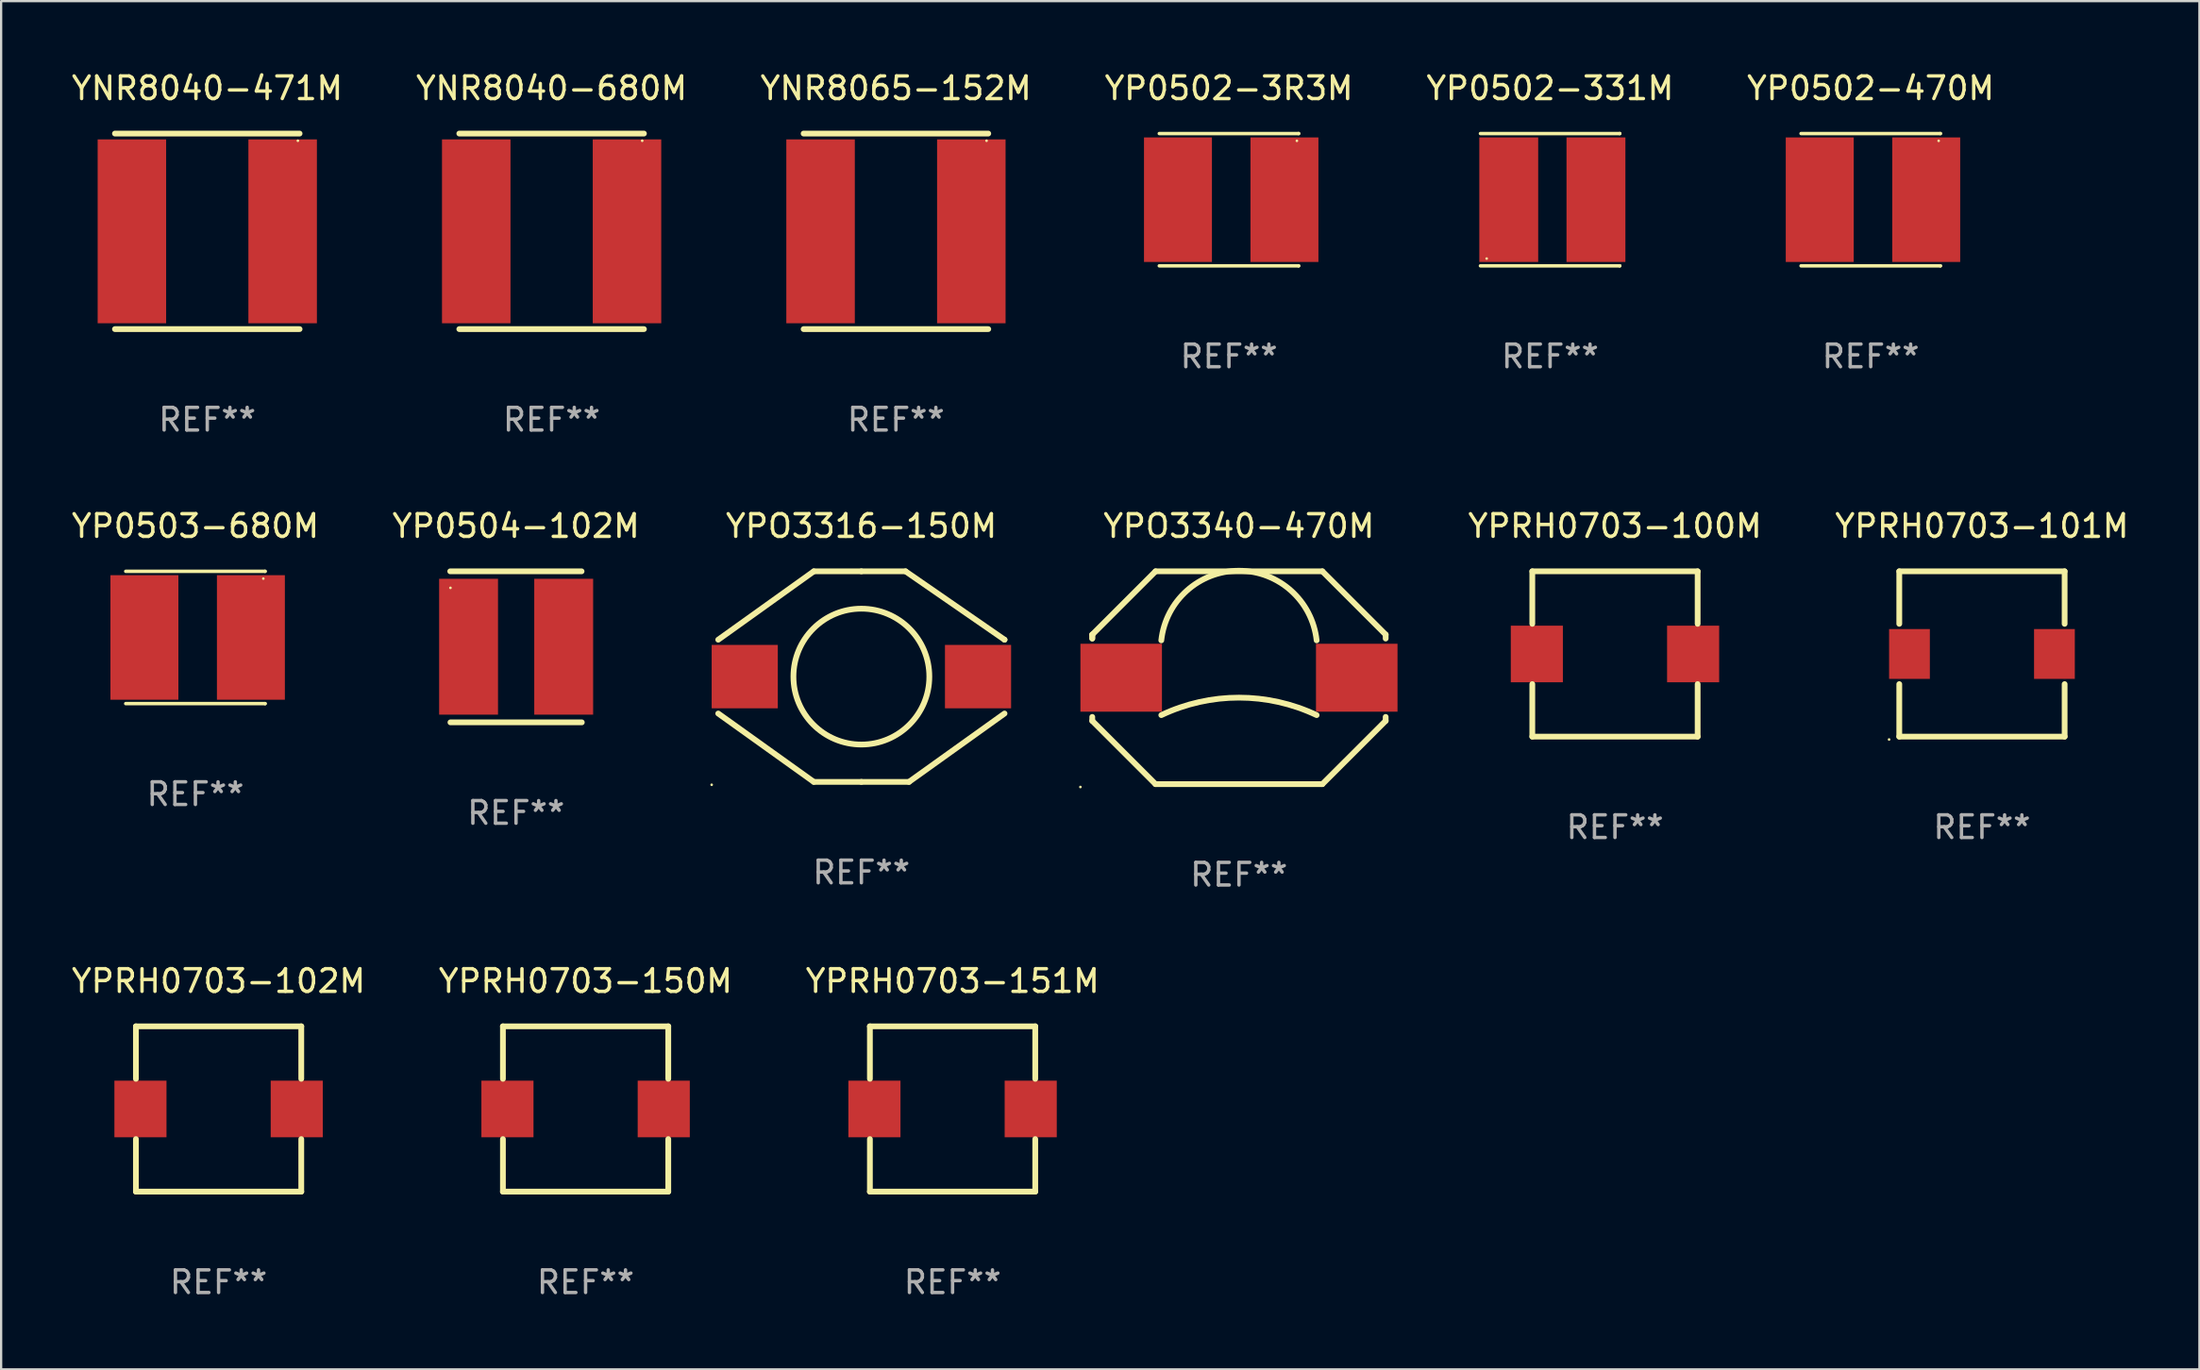
<source format=kicad_pcb>
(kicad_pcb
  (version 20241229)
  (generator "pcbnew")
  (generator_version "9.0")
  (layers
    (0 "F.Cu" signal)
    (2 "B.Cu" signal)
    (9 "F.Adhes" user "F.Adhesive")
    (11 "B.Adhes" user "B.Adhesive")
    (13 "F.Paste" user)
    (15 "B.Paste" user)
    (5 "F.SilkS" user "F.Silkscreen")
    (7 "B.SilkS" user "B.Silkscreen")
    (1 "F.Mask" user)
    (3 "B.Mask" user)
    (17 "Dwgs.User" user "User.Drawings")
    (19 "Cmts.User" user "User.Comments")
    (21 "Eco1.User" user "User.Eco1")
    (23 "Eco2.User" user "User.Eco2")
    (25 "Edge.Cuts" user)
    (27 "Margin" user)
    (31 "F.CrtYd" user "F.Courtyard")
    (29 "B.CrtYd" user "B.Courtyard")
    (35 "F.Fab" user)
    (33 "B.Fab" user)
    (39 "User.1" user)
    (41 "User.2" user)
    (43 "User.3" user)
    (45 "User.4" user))
  (footprint "YPRH0703-151M"
    (layer "F.Cu")
    (at 39.006 45.925)
    (property "Reference" "YPRH0703-151M" (at 0 -5.65 0) (layer "F.SilkS") (effects (font (size 1 1) (thickness 0.15))))
    (attr through_hole)
    (fp_line (start -3.65 -3.65) (end 3.65 -3.65) (stroke (width 0.254) (type solid)) (layer "F.SilkS"))
    (fp_line (start -3.65 -1.331) (end -3.65 -3.65) (stroke (width 0.254) (type solid)) (layer "F.SilkS"))
    (fp_line (start -3.65 3.65) (end -3.65 1.331) (stroke (width 0.254) (type solid)) (layer "F.SilkS"))
    (fp_line (start 3.65 -3.65) (end 3.65 -1.331) (stroke (width 0.254) (type solid)) (layer "F.SilkS"))
    (fp_line (start 3.65 1.331) (end 3.65 3.65) (stroke (width 0.254) (type solid)) (layer "F.SilkS"))
    (fp_line (start 3.65 3.65) (end -3.65 3.65) (stroke (width 0.254) (type solid)) (layer "F.SilkS"))
    (fp_circle (center -3.65 3.65) (end -3.62 3.65) (stroke (width 0.06) (type solid)) (fill no) (layer "F.SilkS"))
    (fp_text user "REF**" (at 0 7.65 0) (layer "F.Fab") (effects (font (size 1 1) (thickness 0.15))))
    (pad "1" smd rect (at -3.45 0) (size 2.3 2.5) (layers "F.Cu" "F.Mask" "F.Paste"))
    (pad "2" smd rect (at 3.45 0) (size 2.3 2.5) (layers "F.Cu" "F.Mask" "F.Paste")))
  (footprint "YPO3340-470M"
    (layer "F.Cu")
    (at 51.65 26.88)
    (property "Reference" "YPO3340-470M" (at 0 -6.699 0) (layer "F.SilkS") (effects (font (size 1 1) (thickness 0.15))))
    (attr through_hole)
    (fp_line (start -6.477 -1.905) (end -3.683 -4.699) (stroke (width 0.254) (type solid)) (layer "F.SilkS"))
    (fp_line (start -6.477 -1.731) (end -6.477 -1.905) (stroke (width 0.254) (type solid)) (layer "F.SilkS"))
    (fp_line (start -6.477 -1.731) (end -6.477 -1.905) (stroke (width 0.254) (type solid)) (layer "F.SilkS"))
    (fp_line (start -6.477 1.905) (end -6.477 1.731) (stroke (width 0.254) (type solid)) (layer "F.SilkS"))
    (fp_line (start -3.683 -4.699) (end 3.683 -4.699) (stroke (width 0.254) (type solid)) (layer "F.SilkS"))
    (fp_line (start -3.683 4.699) (end -6.477 1.905) (stroke (width 0.254) (type solid)) (layer "F.SilkS"))
    (fp_line (start 3.683 -4.699) (end 6.477 -1.905) (stroke (width 0.254) (type solid)) (layer "F.SilkS"))
    (fp_line (start 3.683 4.699) (end -3.683 4.699) (stroke (width 0.254) (type solid)) (layer "F.SilkS"))
    (fp_line (start 6.477 -1.905) (end 6.477 -1.731) (stroke (width 0.254) (type solid)) (layer "F.SilkS"))
    (fp_line (start 6.477 1.731) (end 6.477 1.905) (stroke (width 0.254) (type solid)) (layer "F.SilkS"))
    (fp_line (start 6.477 1.905) (end 3.683 4.699) (stroke (width 0.254) (type solid)) (layer "F.SilkS"))
    (fp_arc (start -3.429032 1.651003) (mid -0.000025 0.879527) (end 3.428982 1.651003) (stroke (width 0.254001) (type solid)) (layer "F.SilkS"))
    (fp_arc (start -3.429031 -1.651003) (mid -0.000025 -4.723886) (end 3.428981 -1.651003) (stroke (width 0.254001) (type solid)) (layer "F.SilkS"))
    (fp_circle (center -7 4.826) (end -6.97 4.826) (stroke (width 0.06) (type solid)) (fill no) (layer "F.SilkS"))
    (fp_text user "REF**" (at 0 8.699 0) (layer "F.Fab") (effects (font (size 1 1) (thickness 0.15))))
    (pad "1" smd rect (at -5.2 0) (size 3.6 3) (layers "F.Cu" "F.Mask" "F.Paste"))
    (pad "2" smd rect (at 5.2 0) (size 3.6 3) (layers "F.Cu" "F.Mask" "F.Paste")))
  (footprint "YPO3316-150M"
    (layer "F.Cu")
    (at 34.98 26.831)
    (property "Reference" "YPO3316-150M" (at 0 -6.65 0) (layer "F.SilkS") (effects (font (size 1 1) (thickness 0.15))))
    (attr through_hole)
    (fp_line (start -2.1 -4.65) (end -6.32 -1.63) (stroke (width 0.254) (type solid)) (layer "F.SilkS"))
    (fp_line (start -2.1 4.65) (end -6.32 1.63) (stroke (width 0.254) (type solid)) (layer "F.SilkS"))
    (fp_line (start 0 -4.65) (end -2.1 -4.65) (stroke (width 0.254) (type solid)) (layer "F.SilkS"))
    (fp_line (start 0 -4.65) (end 1.95 -4.65) (stroke (width 0.254) (type solid)) (layer "F.SilkS"))
    (fp_line (start 0 4.65) (end -2.1 4.65) (stroke (width 0.254) (type solid)) (layer "F.SilkS"))
    (fp_line (start 0 4.65) (end 2.1 4.65) (stroke (width 0.254) (type solid)) (layer "F.SilkS"))
    (fp_line (start 1.95 -4.65) (end 6.32 -1.63) (stroke (width 0.254) (type solid)) (layer "F.SilkS"))
    (fp_line (start 2.1 4.65) (end 6.32 1.63) (stroke (width 0.254) (type solid)) (layer "F.SilkS"))
    (fp_line (start 6.32 -1.63) (end 6.32 -1.631) (stroke (width 0.254) (type solid)) (layer "F.SilkS"))
    (fp_circle (center -6.61 4.777) (end -6.58 4.777) (stroke (width 0.06) (type solid)) (fill no) (layer "F.SilkS"))
    (fp_circle (center 0 0) (end 3 0) (stroke (width 0.254) (type solid)) (fill no) (layer "F.SilkS"))
    (fp_text user "REF**" (at 0 8.65 0) (layer "F.Fab") (effects (font (size 1 1) (thickness 0.15))))
    (pad "1" smd rect (at -5.15 0) (size 2.92 2.8) (layers "F.Cu" "F.Mask" "F.Paste"))
    (pad "2" smd rect (at 5.15 0) (size 2.92 2.8) (layers "F.Cu" "F.Mask" "F.Paste")))
  (footprint "YP0502-470M"
    (layer "F.Cu")
    (at 79.542 5.769)
    (property "Reference" "YP0502-470M" (at 0 -4.921 0) (layer "F.SilkS") (effects (font (size 1 1) (thickness 0.15))))
    (attr through_hole)
    (fp_line (start -3.076 2.921) (end 3.076 2.921) (stroke (width 0.152) (type solid)) (layer "F.SilkS"))
    (fp_line (start -3.076 -2.921) (end 3.076 -2.921) (stroke (width 0.152) (type solid)) (layer "F.SilkS"))
    (fp_line (start 3.076 2.921) (end 3.076 2.921) (stroke (width 0.152) (type solid)) (layer "F.SilkS"))
    (fp_line (start 3.076 -2.921) (end 3.076 -2.921) (stroke (width 0.152) (type solid)) (layer "F.SilkS"))
    (fp_circle (center 2.999 -2.6) (end 3.029 -2.6) (stroke (width 0.06) (type solid)) (fill no) (layer "F.SilkS"))
    (fp_text user "REF**" (at 0 6.921 0) (layer "F.Fab") (effects (font (size 1 1) (thickness 0.15))))
    (pad "1" smd rect (at 2.45 -0.000013) (size 3 5.5) (layers "F.Cu" "F.Mask" "F.Paste"))
    (pad "2" smd rect (at -2.251 -0.000013) (size 3 5.5) (layers "F.Cu" "F.Mask" "F.Paste")))
  (footprint "YNR8040-680M"
    (layer "F.Cu")
    (at 21.304 7.166)
    (property "Reference" "YNR8040-680M" (at 0 -6.318 0) (layer "F.SilkS") (effects (font (size 1 1) (thickness 0.15))))
    (attr through_hole)
    (fp_line (start -4.076 -4.318) (end 4.076 -4.318) (stroke (width 0.254) (type solid)) (layer "F.SilkS"))
    (fp_line (start -4.076 4.318) (end 4.076 4.318) (stroke (width 0.254) (type solid)) (layer "F.SilkS"))
    (fp_circle (center 4 -4) (end 4.03 -4) (stroke (width 0.06) (type solid)) (fill no) (layer "F.SilkS"))
    (fp_text user "REF**" (at 0 8.318 0) (layer "F.Fab") (effects (font (size 1 1) (thickness 0.15))))
    (pad "1" smd rect (at 3.328 0) (size 3.024 8.12) (layers "F.Cu" "F.Mask" "F.Paste"))
    (pad "2" smd rect (at -3.328 0) (size 3.024 8.12) (layers "F.Cu" "F.Mask" "F.Paste")))
  (footprint "YP0502-3R3M"
    (layer "F.Cu")
    (at 51.208 5.769)
    (property "Reference" "YP0502-3R3M" (at 0 -4.921 0) (layer "F.SilkS") (effects (font (size 1 1) (thickness 0.15))))
    (attr through_hole)
    (fp_line (start -3.076 2.921) (end 3.076 2.921) (stroke (width 0.152) (type solid)) (layer "F.SilkS"))
    (fp_line (start -3.076 -2.921) (end 3.076 -2.921) (stroke (width 0.152) (type solid)) (layer "F.SilkS"))
    (fp_line (start 3.076 2.921) (end 3.076 2.921) (stroke (width 0.152) (type solid)) (layer "F.SilkS"))
    (fp_line (start 3.076 -2.921) (end 3.076 -2.921) (stroke (width 0.152) (type solid)) (layer "F.SilkS"))
    (fp_circle (center 2.999 -2.6) (end 3.029 -2.6) (stroke (width 0.06) (type solid)) (fill no) (layer "F.SilkS"))
    (fp_text user "REF**" (at 0 6.921 0) (layer "F.Fab") (effects (font (size 1 1) (thickness 0.15))))
    (pad "1" smd rect (at 2.45 -0.000013) (size 3 5.5) (layers "F.Cu" "F.Mask" "F.Paste"))
    (pad "2" smd rect (at -2.251 -0.000013) (size 3 5.5) (layers "F.Cu" "F.Mask" "F.Paste")))
  (footprint "YNR8040-471M"
    (layer "F.Cu")
    (at 6.101 7.166)
    (property "Reference" "YNR8040-471M" (at 0 -6.318 0) (layer "F.SilkS") (effects (font (size 1 1) (thickness 0.15))))
    (attr through_hole)
    (fp_line (start -4.076 -4.318) (end 4.076 -4.318) (stroke (width 0.254) (type solid)) (layer "F.SilkS"))
    (fp_line (start -4.076 4.318) (end 4.076 4.318) (stroke (width 0.254) (type solid)) (layer "F.SilkS"))
    (fp_circle (center 4 -4) (end 4.03 -4) (stroke (width 0.06) (type solid)) (fill no) (layer "F.SilkS"))
    (fp_text user "REF**" (at 0 8.318 0) (layer "F.Fab") (effects (font (size 1 1) (thickness 0.15))))
    (pad "1" smd rect (at 3.328 0) (size 3.024 8.12) (layers "F.Cu" "F.Mask" "F.Paste"))
    (pad "2" smd rect (at -3.328 0) (size 3.024 8.12) (layers "F.Cu" "F.Mask" "F.Paste")))
  (footprint "YPRH0703-150M"
    (layer "F.Cu")
    (at 22.804 45.925)
    (property "Reference" "YPRH0703-150M" (at 0 -5.65 0) (layer "F.SilkS") (effects (font (size 1 1) (thickness 0.15))))
    (attr through_hole)
    (fp_line (start -3.65 -3.65) (end 3.65 -3.65) (stroke (width 0.254) (type solid)) (layer "F.SilkS"))
    (fp_line (start -3.65 -1.331) (end -3.65 -3.65) (stroke (width 0.254) (type solid)) (layer "F.SilkS"))
    (fp_line (start -3.65 3.65) (end -3.65 1.331) (stroke (width 0.254) (type solid)) (layer "F.SilkS"))
    (fp_line (start 3.65 -3.65) (end 3.65 -1.331) (stroke (width 0.254) (type solid)) (layer "F.SilkS"))
    (fp_line (start 3.65 1.331) (end 3.65 3.65) (stroke (width 0.254) (type solid)) (layer "F.SilkS"))
    (fp_line (start 3.65 3.65) (end -3.65 3.65) (stroke (width 0.254) (type solid)) (layer "F.SilkS"))
    (fp_circle (center -3.65 3.65) (end -3.62 3.65) (stroke (width 0.06) (type solid)) (fill no) (layer "F.SilkS"))
    (fp_text user "REF**" (at 0 7.65 0) (layer "F.Fab") (effects (font (size 1 1) (thickness 0.15))))
    (pad "1" smd rect (at -3.45 0) (size 2.3 2.5) (layers "F.Cu" "F.Mask" "F.Paste"))
    (pad "2" smd rect (at 3.45 0) (size 2.3 2.5) (layers "F.Cu" "F.Mask" "F.Paste")))
  (footprint "YPRH0703-102M"
    (layer "F.Cu")
    (at 6.601 45.925)
    (property "Reference" "YPRH0703-102M" (at 0 -5.65 0) (layer "F.SilkS") (effects (font (size 1 1) (thickness 0.15))))
    (attr through_hole)
    (fp_line (start -3.65 -3.65) (end 3.65 -3.65) (stroke (width 0.254) (type solid)) (layer "F.SilkS"))
    (fp_line (start -3.65 -1.331) (end -3.65 -3.65) (stroke (width 0.254) (type solid)) (layer "F.SilkS"))
    (fp_line (start -3.65 3.65) (end -3.65 1.331) (stroke (width 0.254) (type solid)) (layer "F.SilkS"))
    (fp_line (start 3.65 -3.65) (end 3.65 -1.331) (stroke (width 0.254) (type solid)) (layer "F.SilkS"))
    (fp_line (start 3.65 1.331) (end 3.65 3.65) (stroke (width 0.254) (type solid)) (layer "F.SilkS"))
    (fp_line (start 3.65 3.65) (end -3.65 3.65) (stroke (width 0.254) (type solid)) (layer "F.SilkS"))
    (fp_circle (center -3.65 3.65) (end -3.62 3.65) (stroke (width 0.06) (type solid)) (fill no) (layer "F.SilkS"))
    (fp_text user "REF**" (at 0 7.65 0) (layer "F.Fab") (effects (font (size 1 1) (thickness 0.15))))
    (pad "1" smd rect (at -3.45 0) (size 2.3 2.5) (layers "F.Cu" "F.Mask" "F.Paste"))
    (pad "2" smd rect (at 3.45 0) (size 2.3 2.5) (layers "F.Cu" "F.Mask" "F.Paste")))
  (footprint "YP0503-680M"
    (layer "F.Cu")
    (at 5.577 25.102)
    (property "Reference" "YP0503-680M" (at 0 -4.921 0) (layer "F.SilkS") (effects (font (size 1 1) (thickness 0.15))))
    (attr through_hole)
    (fp_line (start -3.076 2.921) (end 3.076 2.921) (stroke (width 0.152) (type solid)) (layer "F.SilkS"))
    (fp_line (start -3.076 -2.921) (end 3.076 -2.921) (stroke (width 0.152) (type solid)) (layer "F.SilkS"))
    (fp_line (start 3.076 2.921) (end 3.076 2.921) (stroke (width 0.152) (type solid)) (layer "F.SilkS"))
    (fp_line (start 3.076 -2.921) (end 3.076 -2.921) (stroke (width 0.152) (type solid)) (layer "F.SilkS"))
    (fp_circle (center 2.999 -2.6) (end 3.029 -2.6) (stroke (width 0.06) (type solid)) (fill no) (layer "F.SilkS"))
    (fp_text user "REF**" (at 0 6.921 0) (layer "F.Fab") (effects (font (size 1 1) (thickness 0.15))))
    (pad "1" smd rect (at 2.45 -0.000013) (size 3 5.5) (layers "F.Cu" "F.Mask" "F.Paste"))
    (pad "2" smd rect (at -2.251 -0.000013) (size 3 5.5) (layers "F.Cu" "F.Mask" "F.Paste")))
  (footprint "YP0504-102M"
    (layer "F.Cu")
    (at 19.732 25.516)
    (property "Reference" "YP0504-102M" (at 0 -5.335 0) (layer "F.SilkS") (effects (font (size 1 1) (thickness 0.15))))
    (attr through_hole)
    (fp_line (start -2.905 -3.335) (end 2.895 -3.335) (stroke (width 0.254) (type solid)) (layer "F.SilkS"))
    (fp_line (start 2.905 3.335) (end -2.895 3.335) (stroke (width 0.254) (type solid)) (layer "F.SilkS"))
    (fp_circle (center -2.895 -2.605) (end -2.865 -2.605) (stroke (width 0.06) (type solid)) (fill no) (layer "F.SilkS"))
    (fp_text user "REF**" (at 0 7.335 0) (layer "F.Fab") (effects (font (size 1 1) (thickness 0.15))))
    (pad "1" smd rect (at -2.095 -0.005 90) (size 6 2.6) (layers "F.Cu" "F.Mask" "F.Paste"))
    (pad "2" smd rect (at 2.105 -0.005 90) (size 6 2.6) (layers "F.Cu" "F.Mask" "F.Paste")))
  (footprint "YPRH0703-100M"
    (layer "F.Cu")
    (at 68.251 25.831)
    (property "Reference" "YPRH0703-100M" (at 0 -5.65 0) (layer "F.SilkS") (effects (font (size 1 1) (thickness 0.15))))
    (attr through_hole)
    (fp_line (start -3.65 -3.65) (end 3.65 -3.65) (stroke (width 0.254) (type solid)) (layer "F.SilkS"))
    (fp_line (start -3.65 -1.331) (end -3.65 -3.65) (stroke (width 0.254) (type solid)) (layer "F.SilkS"))
    (fp_line (start -3.65 3.65) (end -3.65 1.331) (stroke (width 0.254) (type solid)) (layer "F.SilkS"))
    (fp_line (start 3.65 -3.65) (end 3.65 -1.331) (stroke (width 0.254) (type solid)) (layer "F.SilkS"))
    (fp_line (start 3.65 1.331) (end 3.65 3.65) (stroke (width 0.254) (type solid)) (layer "F.SilkS"))
    (fp_line (start 3.65 3.65) (end -3.65 3.65) (stroke (width 0.254) (type solid)) (layer "F.SilkS"))
    (fp_circle (center -3.65 3.65) (end -3.62 3.65) (stroke (width 0.06) (type solid)) (fill no) (layer "F.SilkS"))
    (fp_text user "REF**" (at 0 7.65 0) (layer "F.Fab") (effects (font (size 1 1) (thickness 0.15))))
    (pad "1" smd rect (at -3.45 0) (size 2.3 2.5) (layers "F.Cu" "F.Mask" "F.Paste"))
    (pad "2" smd rect (at 3.45 0) (size 2.3 2.5) (layers "F.Cu" "F.Mask" "F.Paste")))
  (footprint "YNR8065-152M"
    (layer "F.Cu")
    (at 36.506 7.166)
    (property "Reference" "YNR8065-152M" (at 0 -6.318 0) (layer "F.SilkS") (effects (font (size 1 1) (thickness 0.15))))
    (attr through_hole)
    (fp_line (start -4.076 -4.318) (end 4.076 -4.318) (stroke (width 0.254) (type solid)) (layer "F.SilkS"))
    (fp_line (start -4.076 4.318) (end 4.076 4.318) (stroke (width 0.254) (type solid)) (layer "F.SilkS"))
    (fp_circle (center 4 -4) (end 4.03 -4) (stroke (width 0.06) (type solid)) (fill no) (layer "F.SilkS"))
    (fp_text user "REF**" (at 0 8.318 0) (layer "F.Fab") (effects (font (size 1 1) (thickness 0.15))))
    (pad "1" smd rect (at 3.328 0) (size 3.024 8.12) (layers "F.Cu" "F.Mask" "F.Paste"))
    (pad "2" smd rect (at -3.328 0) (size 3.024 8.12) (layers "F.Cu" "F.Mask" "F.Paste")))
  (footprint "YPRH0703-101M"
    (layer "F.Cu")
    (at 84.453 25.831)
    (property "Reference" "YPRH0703-101M" (at 0 -5.65 0) (layer "F.SilkS") (effects (font (size 1 1) (thickness 0.15))))
    (attr through_hole)
    (fp_line (start -3.65 -3.65) (end 3.65 -3.65) (stroke (width 0.254) (type solid)) (layer "F.SilkS"))
    (fp_line (start -3.65 -1.331) (end -3.65 -3.65) (stroke (width 0.254) (type solid)) (layer "F.SilkS"))
    (fp_line (start -3.65 3.65) (end -3.65 1.331) (stroke (width 0.254) (type solid)) (layer "F.SilkS"))
    (fp_line (start 3.65 -3.65) (end 3.65 -1.331) (stroke (width 0.254) (type solid)) (layer "F.SilkS"))
    (fp_line (start 3.65 1.331) (end 3.65 3.65) (stroke (width 0.254) (type solid)) (layer "F.SilkS"))
    (fp_line (start 3.65 3.65) (end -3.65 3.65) (stroke (width 0.254) (type solid)) (layer "F.SilkS"))
    (fp_circle (center -4.1 3.777) (end -4.07 3.777) (stroke (width 0.06) (type solid)) (fill no) (layer "F.SilkS"))
    (fp_text user "REF**" (at 0 7.65 0) (layer "F.Fab") (effects (font (size 1 1) (thickness 0.15))))
    (pad "1" smd rect (at -3.2 0 90) (size 2.2 1.8) (layers "F.Cu" "F.Mask" "F.Paste"))
    (pad "2" smd rect (at 3.2 0 90) (size 2.2 1.8) (layers "F.Cu" "F.Mask" "F.Paste")))
  (footprint "YP0502-331M"
    (layer "F.Cu")
    (at 65.387 5.769)
    (property "Reference" "YP0502-331M" (at 0 -4.921 0) (layer "F.SilkS") (effects (font (size 1 1) (thickness 0.15))))
    (attr through_hole)
    (fp_line (start -3.076 2.921) (end 3.076 2.921) (stroke (width 0.152) (type solid)) (layer "F.SilkS"))
    (fp_line (start -3.076 -2.921) (end 3.076 -2.921) (stroke (width 0.152) (type solid)) (layer "F.SilkS"))
    (fp_line (start 3.076 2.921) (end 3.076 2.921) (stroke (width 0.152) (type solid)) (layer "F.SilkS"))
    (fp_line (start 3.076 -2.921) (end 3.076 -2.921) (stroke (width 0.152) (type solid)) (layer "F.SilkS"))
    (fp_circle (center -2.801 2.6) (end -2.771 2.6) (stroke (width 0.06) (type solid)) (fill no) (layer "F.SilkS"))
    (fp_text user "REF**" (at 0 6.921 0) (layer "F.Fab") (effects (font (size 1 1) (thickness 0.15))))
    (pad "1" smd rect (at -1.826 -0.000013) (size 2.6 5.5) (layers "F.Cu" "F.Mask" "F.Paste"))
    (pad "2" smd rect (at 2.024 -0.000013) (size 2.6 5.5) (layers "F.Cu" "F.Mask" "F.Paste")))
  (gr_rect
    (start -3 -3)
    (end 94.054 57.424)
    (stroke (width 0.1) (type default))
    (fill no)
    (layer "Edge.Cuts")))
</source>
